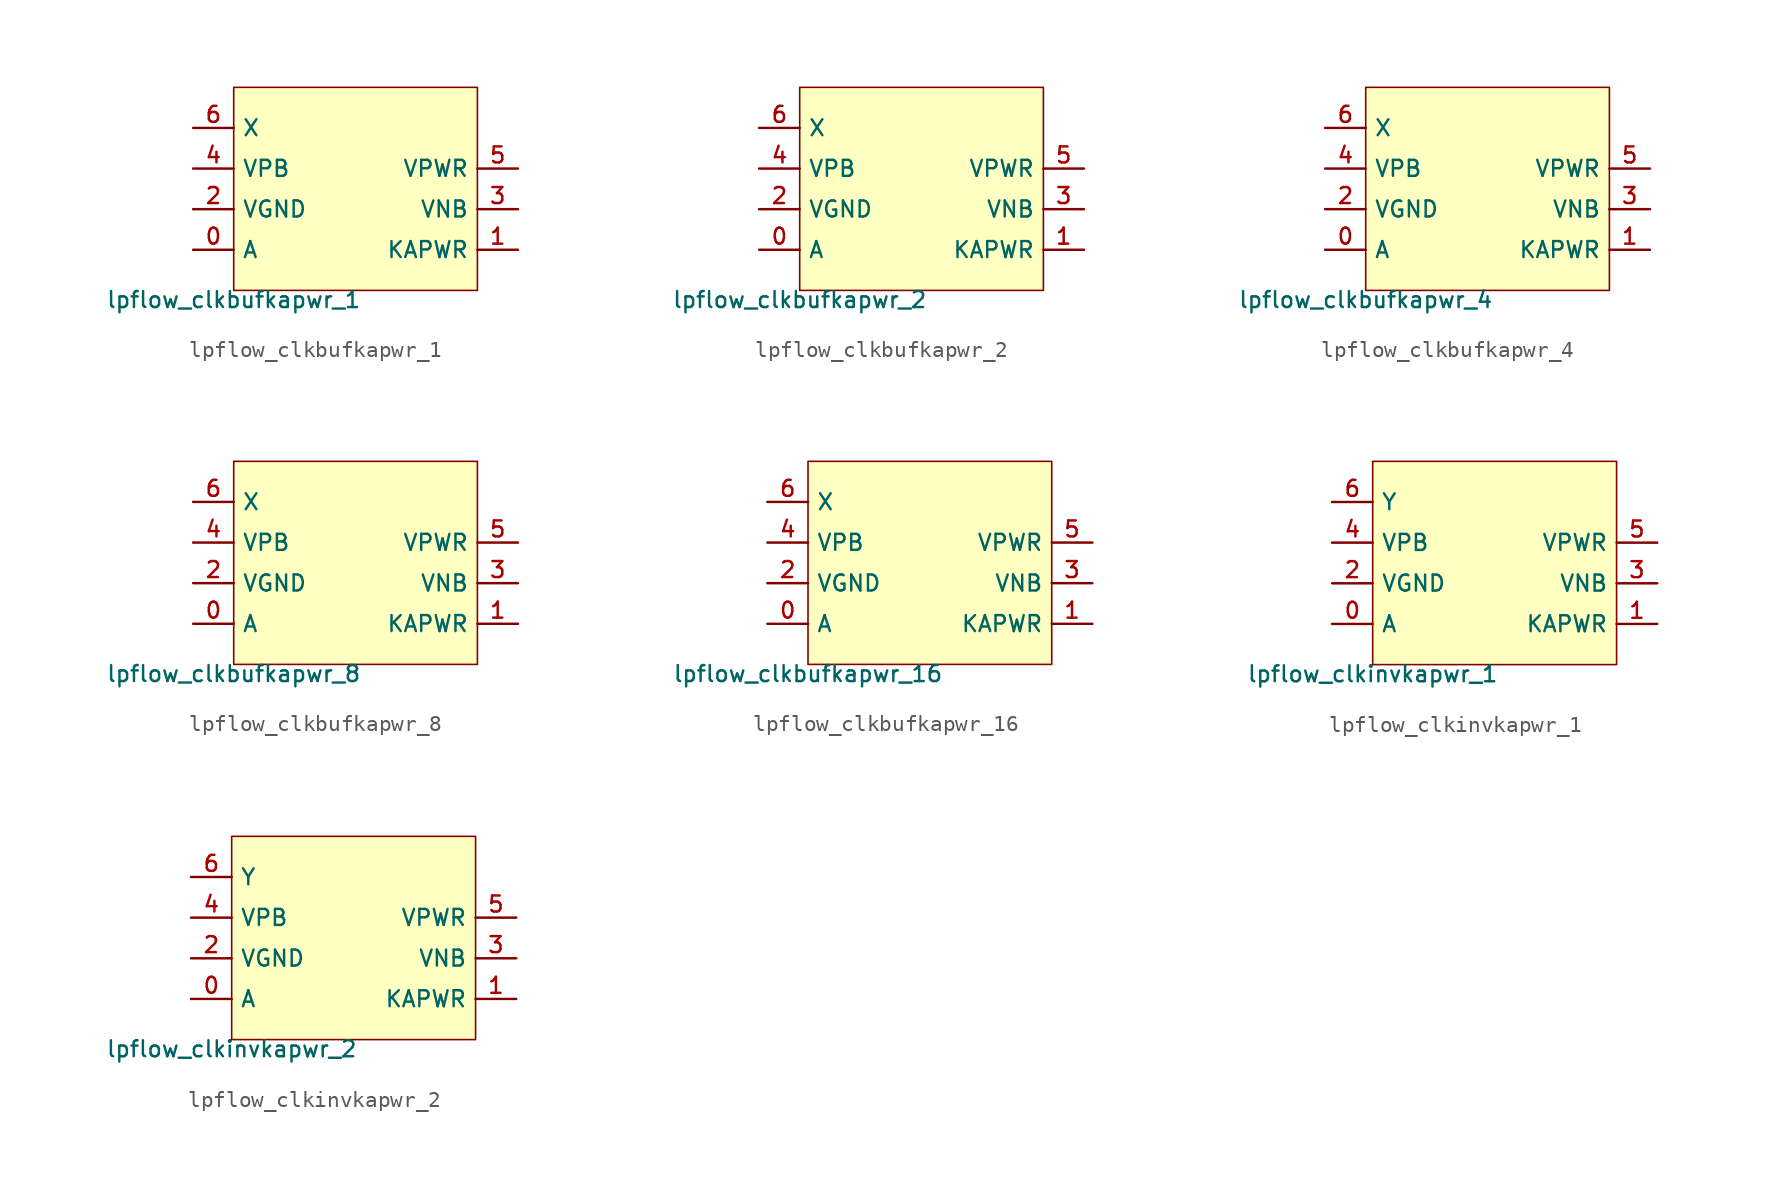
<source format=kicad_sym>
(kicad_symbol_lib
  (version 20211014)
  (generator pdk2kicad)
  (symbol "lpflow_clkbufkapwr_1"
    (property "Reference" "X"
      (at 0 0 0)
      (effects (font (size 1 1)) hide))
    (property "Value" "lpflow_clkbufkapwr_1"
      (at -7.62 -6.35 0)
      (effects (font (size 1 1)) (justify top)))
    (rectangle
      (start -7.62 -6.35)
      (end 7.62 6.35)
      (stroke (width 0.1) (type solid) (color 0 0 0 0))
      (fill (type background)))
    (pin bidirectional line
      (at -10.16 -3.81 0)
      (length 2.54)
      (name "A" (effects (font (size 1 1)) hide))
      (number "0" (effects (font (size 1 1)) hide)))
    (pin bidirectional line
      (at 10.16 -3.81 180)
      (length 2.54)
      (name "KAPWR" (effects (font (size 1 1)) hide))
      (number "1" (effects (font (size 1 1)) hide)))
    (pin bidirectional line
      (at -10.16 -1.27 0)
      (length 2.54)
      (name "VGND" (effects (font (size 1 1)) hide))
      (number "2" (effects (font (size 1 1)) hide)))
    (pin bidirectional line
      (at 10.16 -1.27 180)
      (length 2.54)
      (name "VNB" (effects (font (size 1 1)) hide))
      (number "3" (effects (font (size 1 1)) hide)))
    (pin bidirectional line
      (at -10.16 1.27 0)
      (length 2.54)
      (name "VPB" (effects (font (size 1 1)) hide))
      (number "4" (effects (font (size 1 1)) hide)))
    (pin bidirectional line
      (at 10.16 1.27 180)
      (length 2.54)
      (name "VPWR" (effects (font (size 1 1)) hide))
      (number "5" (effects (font (size 1 1)) hide)))
    (pin bidirectional line
      (at -10.16 3.81 0)
      (length 2.54)
      (name "X" (effects (font (size 1 1)) hide))
      (number "6" (effects (font (size 1 1)) hide))))
  (symbol "lpflow_clkbufkapwr_2"
    (property "Reference" "X"
      (at 0 0 0)
      (effects (font (size 1 1)) hide))
    (property "Value" "lpflow_clkbufkapwr_2"
      (at -7.62 -6.35 0)
      (effects (font (size 1 1)) (justify top)))
    (rectangle
      (start -7.62 -6.35)
      (end 7.62 6.35)
      (stroke (width 0.1) (type solid) (color 0 0 0 0))
      (fill (type background)))
    (pin bidirectional line
      (at -10.16 -3.81 0)
      (length 2.54)
      (name "A" (effects (font (size 1 1)) hide))
      (number "0" (effects (font (size 1 1)) hide)))
    (pin bidirectional line
      (at 10.16 -3.81 180)
      (length 2.54)
      (name "KAPWR" (effects (font (size 1 1)) hide))
      (number "1" (effects (font (size 1 1)) hide)))
    (pin bidirectional line
      (at -10.16 -1.27 0)
      (length 2.54)
      (name "VGND" (effects (font (size 1 1)) hide))
      (number "2" (effects (font (size 1 1)) hide)))
    (pin bidirectional line
      (at 10.16 -1.27 180)
      (length 2.54)
      (name "VNB" (effects (font (size 1 1)) hide))
      (number "3" (effects (font (size 1 1)) hide)))
    (pin bidirectional line
      (at -10.16 1.27 0)
      (length 2.54)
      (name "VPB" (effects (font (size 1 1)) hide))
      (number "4" (effects (font (size 1 1)) hide)))
    (pin bidirectional line
      (at 10.16 1.27 180)
      (length 2.54)
      (name "VPWR" (effects (font (size 1 1)) hide))
      (number "5" (effects (font (size 1 1)) hide)))
    (pin bidirectional line
      (at -10.16 3.81 0)
      (length 2.54)
      (name "X" (effects (font (size 1 1)) hide))
      (number "6" (effects (font (size 1 1)) hide))))
  (symbol "lpflow_clkbufkapwr_4"
    (property "Reference" "X"
      (at 0 0 0)
      (effects (font (size 1 1)) hide))
    (property "Value" "lpflow_clkbufkapwr_4"
      (at -7.62 -6.35 0)
      (effects (font (size 1 1)) (justify top)))
    (rectangle
      (start -7.62 -6.35)
      (end 7.62 6.35)
      (stroke (width 0.1) (type solid) (color 0 0 0 0))
      (fill (type background)))
    (pin bidirectional line
      (at -10.16 -3.81 0)
      (length 2.54)
      (name "A" (effects (font (size 1 1)) hide))
      (number "0" (effects (font (size 1 1)) hide)))
    (pin bidirectional line
      (at 10.16 -3.81 180)
      (length 2.54)
      (name "KAPWR" (effects (font (size 1 1)) hide))
      (number "1" (effects (font (size 1 1)) hide)))
    (pin bidirectional line
      (at -10.16 -1.27 0)
      (length 2.54)
      (name "VGND" (effects (font (size 1 1)) hide))
      (number "2" (effects (font (size 1 1)) hide)))
    (pin bidirectional line
      (at 10.16 -1.27 180)
      (length 2.54)
      (name "VNB" (effects (font (size 1 1)) hide))
      (number "3" (effects (font (size 1 1)) hide)))
    (pin bidirectional line
      (at -10.16 1.27 0)
      (length 2.54)
      (name "VPB" (effects (font (size 1 1)) hide))
      (number "4" (effects (font (size 1 1)) hide)))
    (pin bidirectional line
      (at 10.16 1.27 180)
      (length 2.54)
      (name "VPWR" (effects (font (size 1 1)) hide))
      (number "5" (effects (font (size 1 1)) hide)))
    (pin bidirectional line
      (at -10.16 3.81 0)
      (length 2.54)
      (name "X" (effects (font (size 1 1)) hide))
      (number "6" (effects (font (size 1 1)) hide))))
  (symbol "lpflow_clkbufkapwr_8"
    (property "Reference" "X"
      (at 0 0 0)
      (effects (font (size 1 1)) hide))
    (property "Value" "lpflow_clkbufkapwr_8"
      (at -7.62 -6.35 0)
      (effects (font (size 1 1)) (justify top)))
    (rectangle
      (start -7.62 -6.35)
      (end 7.62 6.35)
      (stroke (width 0.1) (type solid) (color 0 0 0 0))
      (fill (type background)))
    (pin bidirectional line
      (at -10.16 -3.81 0)
      (length 2.54)
      (name "A" (effects (font (size 1 1)) hide))
      (number "0" (effects (font (size 1 1)) hide)))
    (pin bidirectional line
      (at 10.16 -3.81 180)
      (length 2.54)
      (name "KAPWR" (effects (font (size 1 1)) hide))
      (number "1" (effects (font (size 1 1)) hide)))
    (pin bidirectional line
      (at -10.16 -1.27 0)
      (length 2.54)
      (name "VGND" (effects (font (size 1 1)) hide))
      (number "2" (effects (font (size 1 1)) hide)))
    (pin bidirectional line
      (at 10.16 -1.27 180)
      (length 2.54)
      (name "VNB" (effects (font (size 1 1)) hide))
      (number "3" (effects (font (size 1 1)) hide)))
    (pin bidirectional line
      (at -10.16 1.27 0)
      (length 2.54)
      (name "VPB" (effects (font (size 1 1)) hide))
      (number "4" (effects (font (size 1 1)) hide)))
    (pin bidirectional line
      (at 10.16 1.27 180)
      (length 2.54)
      (name "VPWR" (effects (font (size 1 1)) hide))
      (number "5" (effects (font (size 1 1)) hide)))
    (pin bidirectional line
      (at -10.16 3.81 0)
      (length 2.54)
      (name "X" (effects (font (size 1 1)) hide))
      (number "6" (effects (font (size 1 1)) hide))))
  (symbol "lpflow_clkbufkapwr_16"
    (property "Reference" "X"
      (at 0 0 0)
      (effects (font (size 1 1)) hide))
    (property "Value" "lpflow_clkbufkapwr_16"
      (at -7.62 -6.35 0)
      (effects (font (size 1 1)) (justify top)))
    (rectangle
      (start -7.62 -6.35)
      (end 7.62 6.35)
      (stroke (width 0.1) (type solid) (color 0 0 0 0))
      (fill (type background)))
    (pin bidirectional line
      (at -10.16 -3.81 0)
      (length 2.54)
      (name "A" (effects (font (size 1 1)) hide))
      (number "0" (effects (font (size 1 1)) hide)))
    (pin bidirectional line
      (at 10.16 -3.81 180)
      (length 2.54)
      (name "KAPWR" (effects (font (size 1 1)) hide))
      (number "1" (effects (font (size 1 1)) hide)))
    (pin bidirectional line
      (at -10.16 -1.27 0)
      (length 2.54)
      (name "VGND" (effects (font (size 1 1)) hide))
      (number "2" (effects (font (size 1 1)) hide)))
    (pin bidirectional line
      (at 10.16 -1.27 180)
      (length 2.54)
      (name "VNB" (effects (font (size 1 1)) hide))
      (number "3" (effects (font (size 1 1)) hide)))
    (pin bidirectional line
      (at -10.16 1.27 0)
      (length 2.54)
      (name "VPB" (effects (font (size 1 1)) hide))
      (number "4" (effects (font (size 1 1)) hide)))
    (pin bidirectional line
      (at 10.16 1.27 180)
      (length 2.54)
      (name "VPWR" (effects (font (size 1 1)) hide))
      (number "5" (effects (font (size 1 1)) hide)))
    (pin bidirectional line
      (at -10.16 3.81 0)
      (length 2.54)
      (name "X" (effects (font (size 1 1)) hide))
      (number "6" (effects (font (size 1 1)) hide))))
  (symbol "lpflow_clkinvkapwr_1"
    (property "Reference" "X"
      (at 0 0 0)
      (effects (font (size 1 1)) hide))
    (property "Value" "lpflow_clkinvkapwr_1"
      (at -7.62 -6.35 0)
      (effects (font (size 1 1)) (justify top)))
    (rectangle
      (start -7.62 -6.35)
      (end 7.62 6.35)
      (stroke (width 0.1) (type solid) (color 0 0 0 0))
      (fill (type background)))
    (pin bidirectional line
      (at -10.16 -3.81 0)
      (length 2.54)
      (name "A" (effects (font (size 1 1)) hide))
      (number "0" (effects (font (size 1 1)) hide)))
    (pin bidirectional line
      (at 10.16 -3.81 180)
      (length 2.54)
      (name "KAPWR" (effects (font (size 1 1)) hide))
      (number "1" (effects (font (size 1 1)) hide)))
    (pin bidirectional line
      (at -10.16 -1.27 0)
      (length 2.54)
      (name "VGND" (effects (font (size 1 1)) hide))
      (number "2" (effects (font (size 1 1)) hide)))
    (pin bidirectional line
      (at 10.16 -1.27 180)
      (length 2.54)
      (name "VNB" (effects (font (size 1 1)) hide))
      (number "3" (effects (font (size 1 1)) hide)))
    (pin bidirectional line
      (at -10.16 1.27 0)
      (length 2.54)
      (name "VPB" (effects (font (size 1 1)) hide))
      (number "4" (effects (font (size 1 1)) hide)))
    (pin bidirectional line
      (at 10.16 1.27 180)
      (length 2.54)
      (name "VPWR" (effects (font (size 1 1)) hide))
      (number "5" (effects (font (size 1 1)) hide)))
    (pin bidirectional line
      (at -10.16 3.81 0)
      (length 2.54)
      (name "Y" (effects (font (size 1 1)) hide))
      (number "6" (effects (font (size 1 1)) hide))))
  (symbol "lpflow_clkinvkapwr_2"
    (property "Reference" "X"
      (at 0 0 0)
      (effects (font (size 1 1)) hide))
    (property "Value" "lpflow_clkinvkapwr_2"
      (at -7.62 -6.35 0)
      (effects (font (size 1 1)) (justify top)))
    (rectangle
      (start -7.62 -6.35)
      (end 7.62 6.35)
      (stroke (width 0.1) (type solid) (color 0 0 0 0))
      (fill (type background)))
    (pin bidirectional line
      (at -10.16 -3.81 0)
      (length 2.54)
      (name "A" (effects (font (size 1 1)) hide))
      (number "0" (effects (font (size 1 1)) hide)))
    (pin bidirectional line
      (at 10.16 -3.81 180)
      (length 2.54)
      (name "KAPWR" (effects (font (size 1 1)) hide))
      (number "1" (effects (font (size 1 1)) hide)))
    (pin bidirectional line
      (at -10.16 -1.27 0)
      (length 2.54)
      (name "VGND" (effects (font (size 1 1)) hide))
      (number "2" (effects (font (size 1 1)) hide)))
    (pin bidirectional line
      (at 10.16 -1.27 180)
      (length 2.54)
      (name "VNB" (effects (font (size 1 1)) hide))
      (number "3" (effects (font (size 1 1)) hide)))
    (pin bidirectional line
      (at -10.16 1.27 0)
      (length 2.54)
      (name "VPB" (effects (font (size 1 1)) hide))
      (number "4" (effects (font (size 1 1)) hide)))
    (pin bidirectional line
      (at 10.16 1.27 180)
      (length 2.54)
      (name "VPWR" (effects (font (size 1 1)) hide))
      (number "5" (effects (font (size 1 1)) hide)))
    (pin bidirectional line
      (at -10.16 3.81 0)
      (length 2.54)
      (name "Y" (effects (font (size 1 1)) hide))
      (number "6" (effects (font (size 1 1)) hide)))))
</source>
